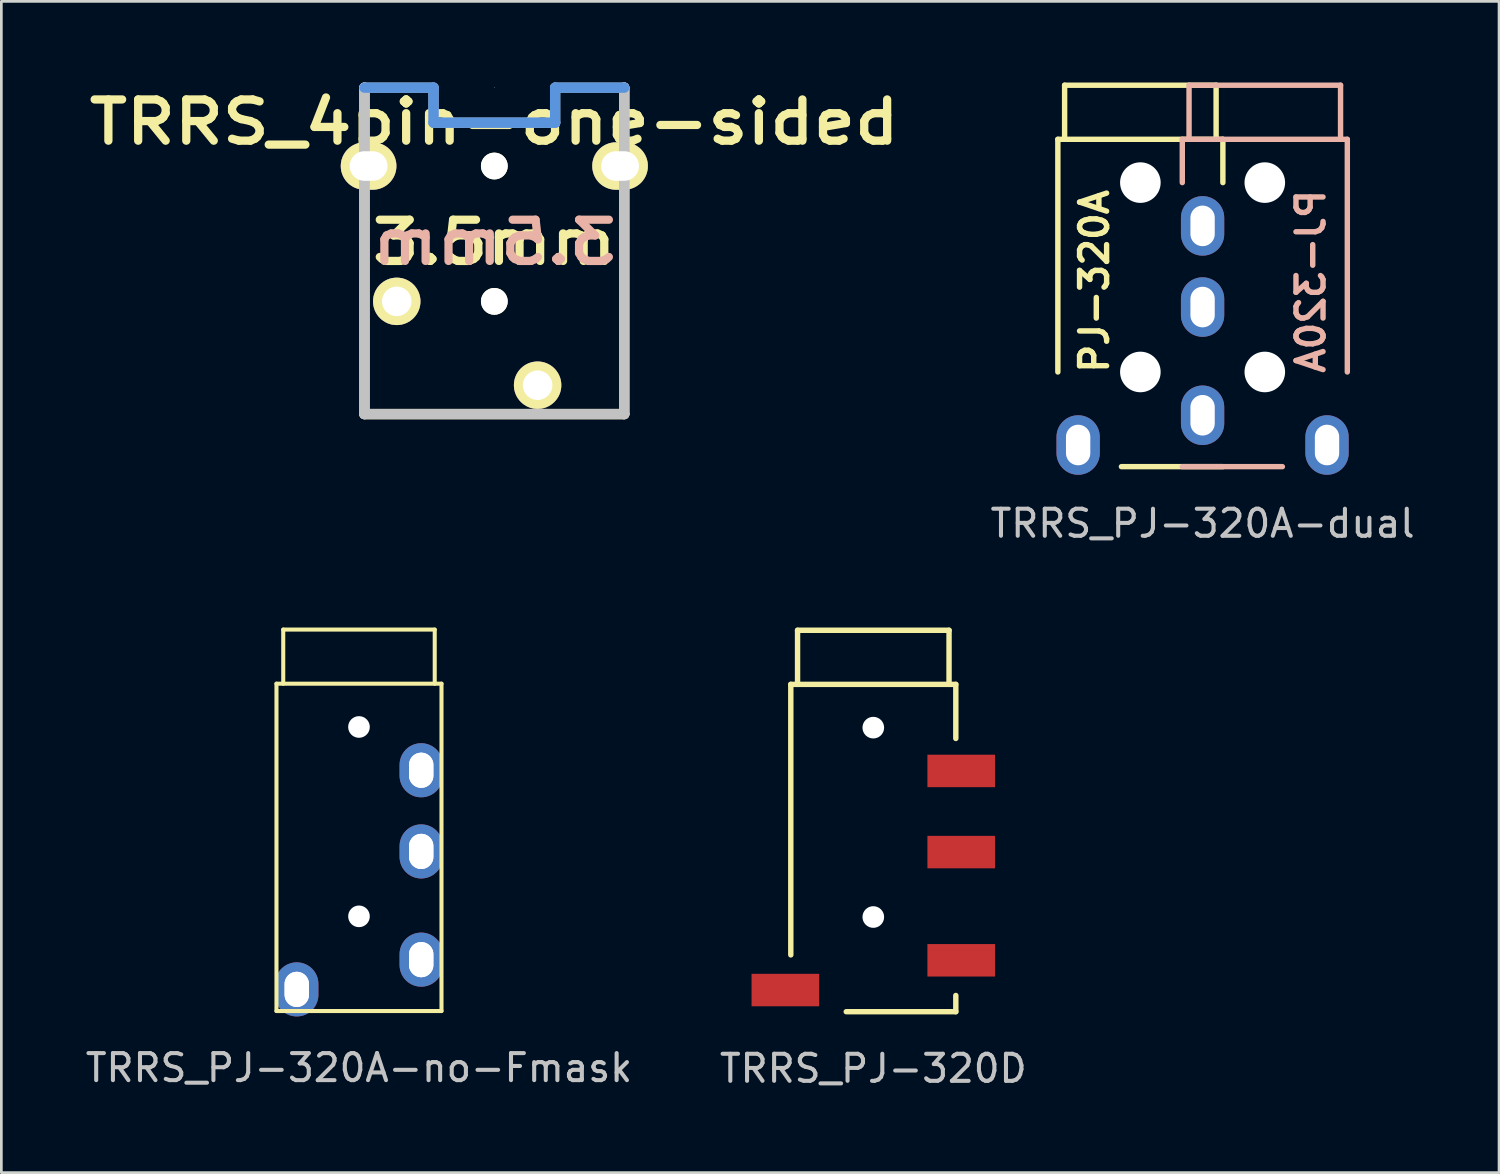
<source format=kicad_pcb>
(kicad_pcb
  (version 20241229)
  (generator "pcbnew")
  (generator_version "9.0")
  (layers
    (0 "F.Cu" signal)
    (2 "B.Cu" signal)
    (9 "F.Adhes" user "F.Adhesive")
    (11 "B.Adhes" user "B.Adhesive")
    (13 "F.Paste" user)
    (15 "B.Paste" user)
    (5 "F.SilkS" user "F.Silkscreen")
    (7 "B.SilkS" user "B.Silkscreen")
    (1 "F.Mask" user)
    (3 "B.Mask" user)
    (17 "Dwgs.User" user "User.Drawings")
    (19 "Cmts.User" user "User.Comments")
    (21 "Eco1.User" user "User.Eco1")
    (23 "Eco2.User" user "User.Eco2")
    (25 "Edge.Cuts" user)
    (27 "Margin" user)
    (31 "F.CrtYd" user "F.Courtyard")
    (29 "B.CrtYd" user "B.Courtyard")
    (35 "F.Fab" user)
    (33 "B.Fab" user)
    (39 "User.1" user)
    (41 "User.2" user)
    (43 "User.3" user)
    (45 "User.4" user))
  (footprint "TRRS_PJ-320A-no-Fmask"
    (layer "F.Cu")
    (at 10.22 22.223)
    (property "Reference" "TRRS_PJ-320A-no-Fmask" (at 0 14.2 0) (layer "Dwgs.User") (effects (font (size 1 1) (thickness 0.15))))
    (attr through_hole)
    (fp_line (start -3.05 0) (end -3.05 12.1) (stroke (width 0.15) (type solid)) (layer "F.SilkS"))
    (fp_line (start -2.8 0) (end -2.8 -2) (stroke (width 0.15) (type solid)) (layer "F.SilkS"))
    (fp_line (start 2.8 -2) (end -2.8 -2) (stroke (width 0.15) (type solid)) (layer "F.SilkS"))
    (fp_line (start 2.8 0) (end 2.8 -2) (stroke (width 0.15) (type solid)) (layer "F.SilkS"))
    (fp_line (start 3.05 0) (end -3.05 0) (stroke (width 0.15) (type solid)) (layer "F.SilkS"))
    (fp_line (start 3.05 0) (end 3.05 12.1) (stroke (width 0.15) (type solid)) (layer "F.SilkS"))
    (fp_line (start 3.05 12.1) (end -3.05 12.1) (stroke (width 0.15) (type solid)) (layer "F.SilkS"))
    (pad "" np_thru_hole circle (at 0 1.6) (size 0.8 0.8) (drill 0.8) (layers "*.Cu" "*.Mask"))
    (pad "" np_thru_hole circle (at 0 8.6) (size 0.8 0.8) (drill 0.8) (layers "*.Cu" "*.Mask"))
    (pad "1" thru_hole oval (at -2.3 11.3) (size 1 1.4) (drill oval 0.9 1.3) (layers "*.Cu" "F.Mask"))
    (pad "1" thru_hole oval (at -2.3 11.3) (size 1.6 2) (drill oval 0.9 1.3) (layers "*.Cu" "B.Mask"))
    (pad "2" thru_hole oval (at 2.3 10.2) (size 1 1.4) (drill oval 0.9 1.3) (layers "*.Cu" "F.Mask"))
    (pad "2" thru_hole oval (at 2.3 10.2) (size 1.6 2) (drill oval 0.9 1.3) (layers "*.Cu" "B.Mask"))
    (pad "3" thru_hole oval (at 2.3 6.2) (size 1 1.4) (drill oval 0.9 1.3) (layers "*.Cu" "F.Mask"))
    (pad "3" thru_hole oval (at 2.3 6.2) (size 1.6 2) (drill oval 0.9 1.3) (layers "*.Cu" "B.Mask"))
    (pad "4" thru_hole oval (at 2.3 3.2) (size 1 1.4) (drill oval 0.9 1.3) (layers "*.Cu" "F.Mask"))
    (pad "4" thru_hole oval (at 2.3 3.2) (size 1.6 2) (drill oval 0.9 1.3) (layers "*.Cu" "B.Mask")))
  (footprint "TRRS_PJ-320D"
    (layer "F.Cu")
    (at 29.232 22.248)
    (property "Reference" "TRRS_PJ-320D" (at 0 14.2 0) (layer "Dwgs.User") (effects (font (size 1 1) (thickness 0.15))))
    (attr through_hole)
    (fp_line (start -3.05 0) (end -3.05 10) (stroke (width 0.2) (type solid)) (layer "F.SilkS"))
    (fp_line (start -2.8 0) (end -2.8 -2) (stroke (width 0.2) (type solid)) (layer "F.SilkS"))
    (fp_line (start 2.8 -2) (end -2.8 -2) (stroke (width 0.2) (type solid)) (layer "F.SilkS"))
    (fp_line (start 2.8 0) (end 2.8 -2) (stroke (width 0.2) (type solid)) (layer "F.SilkS"))
    (fp_line (start 3.05 0) (end -3.05 0) (stroke (width 0.2) (type solid)) (layer "F.SilkS"))
    (fp_line (start 3.05 2) (end 3.05 0) (stroke (width 0.2) (type solid)) (layer "F.SilkS"))
    (fp_line (start 3.05 11.5) (end 3.05 12.1) (stroke (width 0.2) (type solid)) (layer "F.SilkS"))
    (fp_line (start 3.05 12.1) (end -1 12.1) (stroke (width 0.2) (type solid)) (layer "F.SilkS"))
    (pad "" np_thru_hole circle (at 0 1.6) (size 0.8 0.8) (drill 0.8) (layers "*.Cu" "*.Mask"))
    (pad "" np_thru_hole circle (at 0 8.6) (size 0.8 0.8) (drill 0.8) (layers "*.Cu" "*.Mask"))
    (pad "1" smd rect (at -3.25 11.3) (size 2.5 1.2) (layers "F.Cu" "F.Mask" "F.Paste"))
    (pad "2" smd rect (at 3.25 10.2) (size 2.5 1.2) (layers "F.Cu" "F.Mask" "F.Paste"))
    (pad "3" smd rect (at 3.25 6.2) (size 2.5 1.2) (layers "F.Cu" "F.Mask" "F.Paste"))
    (pad "4" smd rect (at 3.25 3.2) (size 2.5 1.2) (layers "F.Cu" "F.Mask" "F.Paste")))
  (footprint "TRRS_PJ-320A-dual"
    (layer "F.Cu")
    (at 41.404 2.1)
    (property "Reference" "TRRS_PJ-320A-dual" (at 0 14.2 0) (layer "Dwgs.User") (effects (font (size 1 1) (thickness 0.15))))
    (attr through_hole)
    (fp_line (start -5.35 0) (end -5.35 8.6) (stroke (width 0.2) (type solid)) (layer "F.SilkS"))
    (fp_line (start -5.1 0) (end -5.1 -2) (stroke (width 0.2) (type solid)) (layer "F.SilkS"))
    (fp_line (start 0.5 -2) (end -5.1 -2) (stroke (width 0.2) (type solid)) (layer "F.SilkS"))
    (fp_line (start 0.5 0) (end 0.5 -2) (stroke (width 0.2) (type solid)) (layer "F.SilkS"))
    (fp_line (start 0.75 0) (end -5.35 0) (stroke (width 0.2) (type solid)) (layer "F.SilkS"))
    (fp_line (start 0.75 0) (end 0.75 1.6) (stroke (width 0.2) (type solid)) (layer "F.SilkS"))
    (fp_line (start 0.75 12.1) (end -3 12.1) (stroke (width 0.2) (type solid)) (layer "F.SilkS"))
    (fp_line (start -0.75 0) (end -0.75 1.6) (stroke (width 0.2) (type solid)) (layer "B.SilkS"))
    (fp_line (start -0.75 0) (end 5.35 0) (stroke (width 0.2) (type solid)) (layer "B.SilkS"))
    (fp_line (start -0.75 12.1) (end 2.95 12.1) (stroke (width 0.2) (type solid)) (layer "B.SilkS"))
    (fp_line (start -0.5 -2) (end 5.1 -2) (stroke (width 0.2) (type solid)) (layer "B.SilkS"))
    (fp_line (start -0.5 0) (end -0.5 -2) (stroke (width 0.2) (type solid)) (layer "B.SilkS"))
    (fp_line (start 5.1 0) (end 5.1 -2) (stroke (width 0.2) (type solid)) (layer "B.SilkS"))
    (fp_line (start 5.35 0) (end 5.35 8.6) (stroke (width 0.2) (type solid)) (layer "B.SilkS"))
    (fp_text user "PJ-320A" (at -4 5.25 90) (layer "F.SilkS") (effects (font (size 1 1) (thickness 0.2) (bold yes))))
    (fp_text user "PJ-320A" (at 4 5.25 270) (layer "B.SilkS") (effects (font (size 1 1) (thickness 0.2) (bold yes)) (justify mirror)))
    (pad "" np_thru_hole circle (at -2.3 1.6) (size 1.5 1.5) (drill 1.5) (layers "*.Cu" "*.Mask"))
    (pad "" np_thru_hole circle (at -2.3 8.6) (size 1.5 1.5) (drill 1.5) (layers "*.Cu" "*.Mask"))
    (pad "" np_thru_hole circle (at 2.3 1.6) (size 1.5 1.5) (drill 1.5) (layers "*.Cu" "*.Mask"))
    (pad "" np_thru_hole circle (at 2.3 8.6) (size 1.5 1.5) (drill 1.5) (layers "*.Cu" "*.Mask"))
    (pad "1" thru_hole oval (at -4.6 11.3) (size 1.6 2.2) (drill oval 0.9 1.5) (layers "*.Cu" "*.Mask"))
    (pad "1" thru_hole oval (at 4.6 11.3) (size 1.6 2.2) (drill oval 0.9 1.5) (layers "*.Cu" "*.Mask"))
    (pad "2" thru_hole oval (at 0 10.2) (size 1.6 2.2) (drill oval 0.9 1.5) (layers "*.Cu" "*.Mask"))
    (pad "3" thru_hole oval (at 0 6.2) (size 1.6 2.2) (drill oval 0.9 1.5) (layers "*.Cu" "*.Mask"))
    (pad "4" thru_hole oval (at 0 3.2) (size 1.6 2.2) (drill oval 0.9 1.5) (layers "*.Cu" "*.Mask")))
  (footprint "TRRS_4pin-one-sided"
    (layer "F.Cu")
    (at 15.223 8.091)
    (property "Reference" "TRRS_4pin-one-sided" (at 0.00008 -6.63 0) (layer "F.SilkS") (effects (font (size 1.524 1.778) (thickness 0.305))))
    (attr through_hole)
    (fp_line (start -4.801 4.165) (end -4.801 -7.9) (stroke (width 0.381) (type solid)) (layer "F.SilkS"))
    (fp_line (start 4.801 -7.9) (end 4.801 4.165) (stroke (width 0.381) (type solid)) (layer "F.SilkS"))
    (fp_line (start 4.801 4.165) (end -4.801 4.165) (stroke (width 0.381) (type solid)) (layer "F.SilkS"))
    (fp_line (start -4.801 4.165) (end -4.801 -7.9) (stroke (width 0.381) (type solid)) (layer "B.SilkS"))
    (fp_line (start 4.801 -7.9) (end 4.801 4.165) (stroke (width 0.381) (type solid)) (layer "B.SilkS"))
    (fp_line (start 4.801 4.165) (end -4.801 4.165) (stroke (width 0.381) (type solid)) (layer "B.SilkS"))
    (fp_line (start -4.801 -7.9) (end -4.801 4.165) (stroke (width 0.381) (type solid)) (layer "Dwgs.User"))
    (fp_line (start -4.801 4.165) (end 4.801 4.165) (stroke (width 0.381) (type solid)) (layer "Dwgs.User"))
    (fp_line (start -2.248 -7.9) (end -4.801 -7.9) (stroke (width 0.381) (type solid)) (layer "Dwgs.User"))
    (fp_line (start -2.248 -6.605) (end -2.248 -7.9) (stroke (width 0.381) (type solid)) (layer "Dwgs.User"))
    (fp_line (start 0.00008 -7.9) (end 0.00008 -7.9) (stroke (width 0.025) (type solid)) (layer "Dwgs.User"))
    (fp_line (start 2.248 -7.9) (end 2.248 -6.605) (stroke (width 0.381) (type solid)) (layer "Dwgs.User"))
    (fp_line (start 2.248 -6.605) (end -2.248 -6.605) (stroke (width 0.381) (type solid)) (layer "Dwgs.User"))
    (fp_line (start 4.801 -7.9) (end 2.248 -7.9) (stroke (width 0.381) (type solid)) (layer "Dwgs.User"))
    (fp_line (start 4.801 4.165) (end 4.801 -7.9) (stroke (width 0.381) (type solid)) (layer "Dwgs.User"))
    (fp_line (start -4.801 -7.9) (end -2.248 -7.9) (stroke (width 0.381) (type solid)) (layer "Cmts.User"))
    (fp_line (start -2.248 -6.605) (end -2.248 -7.9) (stroke (width 0.381) (type solid)) (layer "Cmts.User"))
    (fp_line (start 2.248 -7.9) (end 2.248 -6.605) (stroke (width 0.381) (type solid)) (layer "Cmts.User"))
    (fp_line (start 2.248 -7.9) (end 4.801 -7.9) (stroke (width 0.381) (type solid)) (layer "Cmts.User"))
    (fp_line (start 2.248 -6.605) (end -2.248 -6.605) (stroke (width 0.381) (type solid)) (layer "Cmts.User"))
    (fp_text user "3.5mm" (at 0.00008 -2.185 0) (layer "F.SilkS") (effects (font (size 1.524 1.778) (thickness 0.305))))
    (fp_text user "3.5mm" (at 0.00008 -2.185 0) (layer "B.SilkS") (effects (font (size 1.524 1.778) (thickness 0.305)) (justify mirror)))
    (pad "" np_thru_hole circle (at 0.00008 -5.004 270) (size 0.991 0.991) (drill 0.991) (layers "*.Cu" "*.Mask" "F.SilkS"))
    (pad "" np_thru_hole circle (at 0.00008 -0.001 270) (size 0.991 0.991) (drill 0.991) (layers "*.Cu" "*.Mask" "F.SilkS"))
    (pad "1" thru_hole oval (at 4.648 -5.004 270) (size 1.753 2.057) (drill oval 1.092 1.397) (layers "*.Cu" "*.Mask" "F.SilkS"))
    (pad "2" thru_hole circle (at -3.607 -0.001 270) (size 1.753 1.753) (drill 1.092) (layers "*.Cu" "*.Mask" "F.SilkS"))
    (pad "3" thru_hole circle (at 1.6 3.098 270) (size 1.753 1.753) (drill 1.092) (layers "*.Cu" "*.Mask" "F.SilkS"))
    (pad "4" thru_hole oval (at -4.648 -5.004 270) (size 1.753 2.057) (drill oval 1.092 1.397) (layers "*.Cu" "*.Mask" "F.SilkS")))
  (gr_rect
    (start -3 -3)
    (end 52.363 40.297)
    (stroke (width 0.1) (type default))
    (fill no)
    (layer "Edge.Cuts")))
</source>
